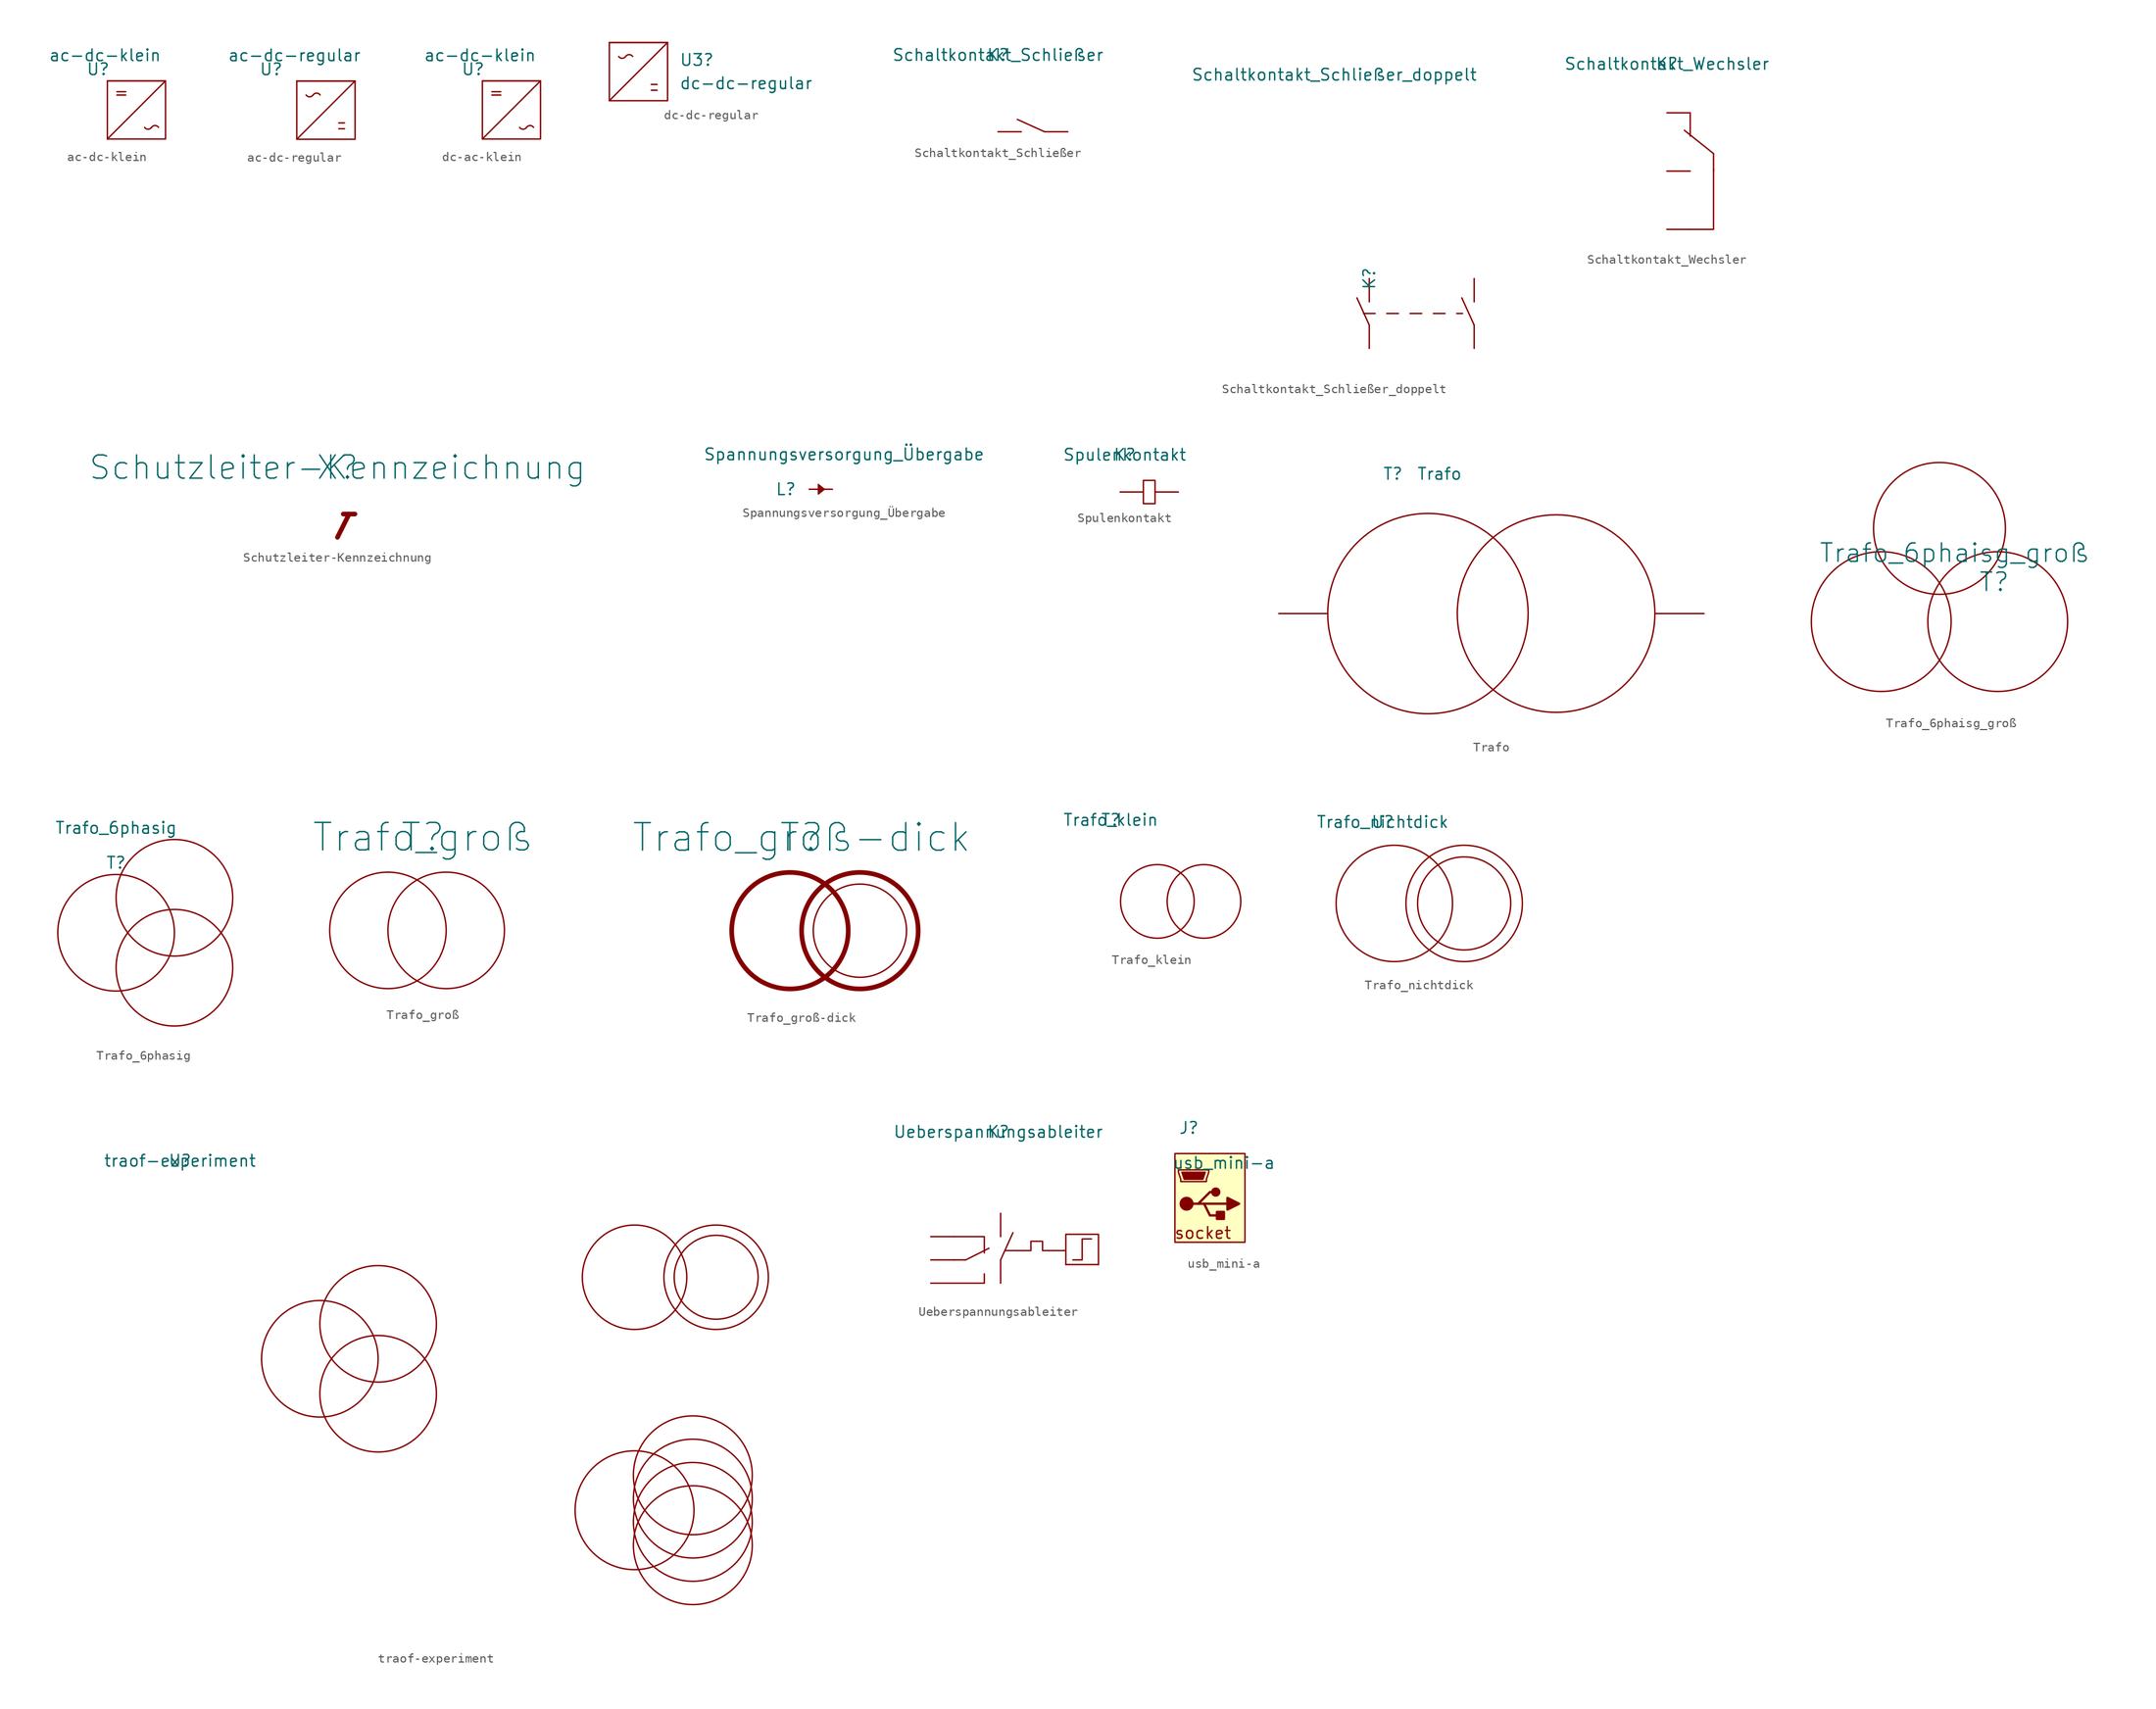
<source format=kicad_sym>
(kicad_symbol_lib
  (version 20231120)
  (generator "kicad_symbol_editor")
  (generator_version "8.0")
  (symbol "ac-dc-klein"
    (pin_names
      (offset 1.016))
    (property "Reference" "U"
      (at -1.016 1.27 0)
      (effects (font (size 1.27 1.27))))
    (property "Value" "ac-dc-klein"
      (at -0.254 2.794 0)
      (effects (font (size 1.27 1.27))))
    (symbol "ac-dc-klein_1_1"
      (polyline (pts (xy 0 -6.35) (xy 6.35 0)) (stroke (width 0) (type solid)) (fill (type none)))
      (rectangle (start 0 0) (end 6.35 0) (stroke (width 0) (type solid)) (fill (type none)))
      (arc (start 4.064 -5.08) (mid 4.445 -5.2839) (end 4.826 -5.08) (stroke (width 0) (type solid)) (fill (type none)))
      (arc (start 5.588 -5.08) (mid 5.207 -4.8761) (end 4.826 -5.08) (stroke (width 0) (type solid)) (fill (type none)))
      (rectangle (start 6.35 0) (end 0 -6.35) (stroke (width 0) (type solid)) (fill (type none)))
      (text "=" (at 1.524 -1.27 0) (effects (font (size 1.27 1.27))))))
  (symbol "ac-dc-regular"
    (pin_names
      (offset 1.016))
    (property "Reference" "U"
      (at -2.794 1.27 0)
      (effects (font (size 1.27 1.27))))
    (property "Value" "ac-dc-regular"
      (at -0.254 2.794 0)
      (effects (font (size 1.27 1.27))))
    (symbol "ac-dc-regular_1_1"
      (polyline (pts (xy 0 -6.35) (xy 6.35 0)) (stroke (width 0) (type solid)) (fill (type none)))
      (polyline (pts (xy 4.572 -5.207) (xy 5.207 -5.207)) (stroke (width 0) (type solid)) (fill (type none)))
      (polyline (pts (xy 4.572 -4.572) (xy 5.207 -4.572)) (stroke (width 0) (type solid)) (fill (type none)))
      (rectangle (start 0 0) (end 6.35 0) (stroke (width 0) (type solid)) (fill (type none)))
      (arc (start 1.016 -1.524) (mid 1.397 -1.7279) (end 1.778 -1.524) (stroke (width 0) (type solid)) (fill (type none)))
      (arc (start 2.54 -1.524) (mid 2.159 -1.3201) (end 1.778 -1.524) (stroke (width 0) (type solid)) (fill (type none)))
      (rectangle (start 6.35 0) (end 0 -6.35) (stroke (width 0) (type solid)) (fill (type none)))))
  (symbol "dc-ac-klein"
    (pin_names
      (offset 1.016))
    (property "Reference" "U"
      (at -1.016 1.27 0)
      (effects (font (size 1.27 1.27))))
    (property "Value" "ac-dc-klein"
      (at -0.254 2.794 0)
      (effects (font (size 1.27 1.27))))
    (symbol "dc-ac-klein_1_1"
      (polyline (pts (xy 0 -6.35) (xy 6.35 0)) (stroke (width 0) (type solid)) (fill (type none)))
      (rectangle (start 0 0) (end 6.35 0) (stroke (width 0) (type solid)) (fill (type none)))
      (arc (start 4.064 -5.08) (mid 4.445 -5.2839) (end 4.826 -5.08) (stroke (width 0) (type solid)) (fill (type none)))
      (arc (start 5.588 -5.08) (mid 5.207 -4.8761) (end 4.826 -5.08) (stroke (width 0) (type solid)) (fill (type none)))
      (rectangle (start 6.35 0) (end 0 -6.35) (stroke (width 0) (type solid)) (fill (type none)))
      (text "=" (at 1.524 -1.27 0) (effects (font (size 1.27 1.27))))))
  (symbol "dc-dc-regular"
    (pin_names
      (offset 1.016))
    (property "Reference" "U3"
      (at 7.62 -1.905 0)
      (effects (font (size 1.27 1.27)) (justify left)))
    (property "Value" "dc-dc-regular"
      (at 7.62 -4.445 0)
      (effects (font (size 1.27 1.27)) (justify left)))
    (symbol "dc-dc-regular_1_1"
      (polyline (pts (xy 0 -6.35) (xy 6.35 0)) (stroke (width 0) (type solid)) (fill (type none)))
      (polyline (pts (xy 4.572 -5.207) (xy 5.207 -5.207)) (stroke (width 0) (type solid)) (fill (type none)))
      (polyline (pts (xy 4.572 -4.572) (xy 5.207 -4.572)) (stroke (width 0) (type solid)) (fill (type none)))
      (rectangle (start 0 0) (end 6.35 0) (stroke (width 0) (type solid)) (fill (type none)))
      (arc (start 1.016 -1.524) (mid 1.397 -1.7279) (end 1.778 -1.524) (stroke (width 0) (type solid)) (fill (type none)))
      (arc (start 2.54 -1.524) (mid 2.159 -1.3201) (end 1.778 -1.524) (stroke (width 0) (type solid)) (fill (type none)))
      (rectangle (start 6.35 0) (end 0 -6.35) (stroke (width 0) (type solid)) (fill (type none)))))
  (symbol "Schaltkontakt_Schließer"
    (pin_names
      (offset 1.016))
    (property "Reference" "K"
      (at 0 8.382 0)
      (effects (font (size 1.27 1.27))))
    (property "Value" "Schaltkontakt_Schließer"
      (at 0 8.382 0)
      (effects (font (size 1.27 1.27))))
    (symbol "Schaltkontakt_Schließer_1_1"
      (polyline (pts (xy 5.08 0) (xy 2.108 1.346)) (stroke (width 0) (type solid)) (fill (type none)))
      (pin input line (at 0 0 0) (length 2.54) (name "~" (effects (font (size 1.27 1.27)))) (number "~" (effects (font (size 1.27 1.27)))))
      (pin input line (at 7.62 0 180) (length 2.54) (name "~" (effects (font (size 1.27 1.27)))) (number "~" (effects (font (size 1.27 1.27)))))))
  (symbol "Schaltkontakt_Schließer_doppelt"
    (pin_names
      (offset 1.016))
    (property "Reference" "K"
      (at 0 0 90)
      (effects (font (size 1.27 1.27))))
    (property "Value" "Schaltkontakt_Schließer_doppelt"
      (at -3.81 22.225 0)
      (effects (font (size 1.27 1.27))))
    (symbol "Schaltkontakt_Schließer_doppelt_0_1"
      (polyline (pts (xy -0.635 -3.81) (xy 0.635 -3.81)) (stroke (width 0) (type solid)) (fill (type none)))
      (polyline (pts (xy 1.905 -3.81) (xy 3.175 -3.81)) (stroke (width 0) (type solid)) (fill (type none)))
      (polyline (pts (xy 10.16 -3.81) (xy 9.525 -3.81)) (stroke (width 0) (type solid)) (fill (type none))))
    (symbol "Schaltkontakt_Schließer_doppelt_1_1"
      (polyline (pts (xy 0 -5.08) (xy -1.346 -2.108)) (stroke (width 0) (type solid)) (fill (type none)))
      (polyline (pts (xy 4.445 -3.81) (xy 5.715 -3.81)) (stroke (width 0) (type solid)) (fill (type none)))
      (polyline (pts (xy 6.985 -3.81) (xy 8.255 -3.81)) (stroke (width 0) (type solid)) (fill (type none)))
      (polyline (pts (xy 11.43 -5.08) (xy 10.084 -2.108)) (stroke (width 0) (type solid)) (fill (type none)))
      (pin input line (at 0 -7.62 90) (length 2.54) (name "~" (effects (font (size 1.27 1.27)))) (number "~" (effects (font (size 1.27 1.27)))))
      (pin input line (at 0 0 270) (length 2.54) (name "~" (effects (font (size 1.27 1.27)))) (number "~" (effects (font (size 1.27 1.27)))))
      (pin input line (at 11.43 -7.62 90) (length 2.54) (name "~" (effects (font (size 1.27 1.27)))) (number "~" (effects (font (size 1.27 1.27)))))
      (pin input line (at 11.43 0 270) (length 2.54) (name "~" (effects (font (size 1.27 1.27)))) (number "~" (effects (font (size 1.27 1.27)))))))
  (symbol "Schaltkontakt_Wechsler"
    (pin_names
      (offset 1.016))
    (property "Reference" "K"
      (at 0 6.604 0)
      (effects (font (size 1.27 1.27))))
    (property "Value" "Schaltkontakt_Wechsler"
      (at 0 6.604 0)
      (effects (font (size 1.27 1.27))))
    (symbol "Schaltkontakt_Wechsler_0_1"
      (polyline (pts (xy 2.54 1.27) (xy 2.54 -1.27)) (stroke (width 0) (type solid)) (fill (type none)))
      (polyline (pts (xy 5.08 -3.81) (xy 5.08 -5.08)) (stroke (width 0) (type solid)) (fill (type none)))
      (polyline (pts (xy 5.08 -3.81) (xy 5.08 -3.175)) (stroke (width 0) (type solid)) (fill (type none)))
      (polyline (pts (xy 5.08 -3.175) (xy 1.905 -0.635)) (stroke (width 0) (type solid)) (fill (type none)))
      (polyline (pts (xy 5.08 -4.826) (xy 5.08 -11.43) (xy 2.54 -11.43)) (stroke (width 0) (type solid)) (fill (type none))))
    (symbol "Schaltkontakt_Wechsler_1_1"
      (pin input line (at 0 -11.43 0) (length 2.54) (name "~" (effects (font (size 1.27 1.27)))) (number "~" (effects (font (size 1.27 1.27)))))
      (pin input line (at 0 -5.08 0) (length 2.54) (name "~" (effects (font (size 1.27 1.27)))) (number "~" (effects (font (size 1.27 1.27)))))
      (pin input line (at 0 1.27 0) (length 2.54) (name "~" (effects (font (size 1.27 1.27)))) (number "~" (effects (font (size 1.27 1.27)))))))
  (symbol "Schutzleiter-Kennzeichnung"
    (pin_names
      (offset 1.016))
    (property "Reference" "X"
      (at 0 7.62 0)
      (effects (font (size 2.54 2.54))))
    (property "Value" "Schutzleiter-Kennzeichnung"
      (at 0 7.62 0)
      (effects (font (size 2.54 2.54))))
    (symbol "Schutzleiter-Kennzeichnung_0_0"
      (polyline (pts (xy 0.635 2.54) (xy 1.905 2.54)) (stroke (width 0.508) (type solid)) (fill (type none))))
    (symbol "Schutzleiter-Kennzeichnung_1_0"
      (polyline (pts (xy 0 0) (xy 1.27 2.54)) (stroke (width 0.508) (type solid)) (fill (type outline)))))
  (symbol "Spannungsversorgung_Übergabe"
    (pin_names
      (offset 1.016))
    (property "Reference" "L"
      (at -5.08 0 0)
      (effects (font (size 1.27 1.27))))
    (property "Value" "Spannungsversorgung_Übergabe"
      (at 1.27 3.81 0)
      (effects (font (size 1.27 1.27))))
    (symbol "Spannungsversorgung_Übergabe_0_1"
      (polyline (pts (xy -1.524 -0.508) (xy -0.889 0)) (stroke (width 0) (type solid)) (fill (type none)))
      (polyline (pts (xy -1.524 0.508) (xy -1.524 -0.508)) (stroke (width 0) (type solid)) (fill (type none)))
      (polyline (pts (xy -1.397 0.381) (xy -1.397 -0.381)) (stroke (width 0) (type solid)) (fill (type none)))
      (polyline (pts (xy -1.27 0.254) (xy -1.27 -0.254)) (stroke (width 0) (type solid)) (fill (type none)))
      (polyline (pts (xy -1.143 0.127) (xy -1.143 -0.127)) (stroke (width 0) (type solid)) (fill (type none)))
      (polyline (pts (xy -0.889 0) (xy -1.524 0.508)) (stroke (width 0) (type solid)) (fill (type none))))
    (symbol "Spannungsversorgung_Übergabe_1_1"
      (pin bidirectional line (at 0 0 180) (length 2.54) (name "~" (effects (font (size 1.27 1.27)))) (number "~" (effects (font (size 1.27 1.27)))))))
  (symbol "Spulenkontakt"
    (pin_names
      (offset 1.016))
    (property "Reference" "K"
      (at 0.508 4.064 0)
      (effects (font (size 1.27 1.27))))
    (property "Value" "Spulenkontakt"
      (at 0.508 4.064 0)
      (effects (font (size 1.27 1.27))))
    (symbol "Spulenkontakt_1_1"
      (rectangle (start 2.54 -1.27) (end 3.81 1.27) (stroke (width 0) (type solid)) (fill (type none)))
      (pin input line (at 0 0 0) (length 2.54) (name "~" (effects (font (size 1.27 1.27)))) (number "~" (effects (font (size 1.27 1.27)))))
      (pin input line (at 6.35 0 180) (length 2.54) (name "~" (effects (font (size 1.27 1.27)))) (number "~" (effects (font (size 1.27 1.27)))))))
  (symbol "Trafo"
    (pin_names
      (offset 1.016))
    (property "Reference" "T"
      (at -3.81 3.81 0)
      (effects (font (size 1.27 1.27))))
    (property "Value" "Trafo"
      (at 1.27 3.81 0)
      (effects (font (size 1.27 1.27))))
    (symbol "Trafo_0_1"
      (circle (center 0 -11.43) (radius 10.922) (stroke (width 0) (type solid)) (fill (type none)))
      (polyline (pts (xy 24.765 -11.43) (xy 30.099 -11.43)) (stroke (width 0) (type solid)) (fill (type none)))
      (circle (center 13.97 -11.43) (radius 10.77) (stroke (width 0) (type solid)) (fill (type none))))
    (symbol "Trafo_1_1"
      (polyline (pts (xy -16.256 -11.43) (xy -10.922 -11.43)) (stroke (width 0) (type solid)) (fill (type none)))))
  (symbol "Trafo_6phaisg_groß"
    (pin_names
      (offset 1.016))
    (property "Reference" "T"
      (at 5.969 -5.842 0)
      (effects (font (size 2.007 2.007))))
    (property "Value" "Trafo_6phaisg_groß"
      (at 1.651 -2.667 0)
      (effects (font (size 2.007 2.007))))
    (symbol "Trafo_6phaisg_groß_0_1"
      (circle (center -6.35 -10.16) (radius 7.62) (stroke (width 0) (type solid)) (fill (type none)))
      (circle (center 0 0) (radius 7.188) (stroke (width 0) (type solid)) (fill (type none)))
      (circle (center 6.35 -10.16) (radius 7.62) (stroke (width 0) (type solid)) (fill (type none)))))
  (symbol "Trafo_6phasig"
    (pin_names
      (offset 1.016))
    (property "Reference" "T"
      (at -3.81 -1.27 0)
      (effects (font (size 1.27 1.27))))
    (property "Value" "Trafo_6phasig"
      (at -3.81 2.54 0)
      (effects (font (size 1.27 1.27))))
    (symbol "Trafo_6phasig_1_0"
      (circle (center -3.81 -8.89) (radius 6.35) (stroke (width 0) (type solid)) (fill (type none)))
      (circle (center 2.54 -12.7) (radius 6.35) (stroke (width 0) (type solid)) (fill (type none)))
      (circle (center 2.54 -5.08) (radius 6.35) (stroke (width 0) (type solid)) (fill (type none)))))
  (symbol "Trafo_groß"
    (pin_names
      (offset 1.016))
    (property "Reference" "T"
      (at 0 0 0)
      (effects (font (size 2.997 2.997))))
    (property "Value" "Trafo_groß"
      (at 0 0 0)
      (effects (font (size 2.997 2.997))))
    (symbol "Trafo_groß_1_0"
      (circle (center -3.81 -10.16) (radius 6.35) (stroke (width 0) (type solid)) (fill (type none)))
      (circle (center 2.54 -10.16) (radius 6.35) (stroke (width 0) (type solid)) (fill (type none)))))
  (symbol "Trafo_groß-dick"
    (pin_names
      (offset 1.016))
    (property "Reference" "T"
      (at 0 0 0)
      (effects (font (size 2.997 2.997))))
    (property "Value" "Trafo_groß-dick"
      (at 0 0 0)
      (effects (font (size 2.997 2.997))))
    (symbol "Trafo_groß-dick_1_0"
      (circle (center -1.27 -10.16) (radius 6.35) (stroke (width 0.508) (type solid)) (fill (type none)))
      (circle (center 6.35 -10.16) (radius 5.08) (stroke (width 0) (type solid)) (fill (type none)))
      (circle (center 6.35 -10.16) (radius 6.35) (stroke (width 0.508) (type solid)) (fill (type none)))))
  (symbol "Trafo_klein"
    (pin_names
      (offset 1.016))
    (property "Reference" "T"
      (at -5.08 5.08 0)
      (effects (font (size 1.27 1.27))))
    (property "Value" "Trafo_klein"
      (at -5.08 5.08 0)
      (effects (font (size 1.27 1.27))))
    (symbol "Trafo_klein_0_0"
      (circle (center 0 -3.81) (radius 4.013) (stroke (width 0) (type solid)) (fill (type none))))
    (symbol "Trafo_klein_1_0"
      (circle (center 5.08 -3.81) (radius 4.013) (stroke (width 0) (type solid)) (fill (type none)))))
  (symbol "Trafo_nichtdick"
    (pin_names
      (offset 1.016))
    (property "Reference" "U"
      (at 0 0 0)
      (effects (font (size 1.27 1.27))))
    (property "Value" "Trafo_nichtdick"
      (at 0 0 0)
      (effects (font (size 1.27 1.27))))
    (symbol "Trafo_nichtdick_1_0"
      (circle (center 1.27 -8.89) (radius 6.35) (stroke (width 0) (type solid)) (fill (type none)))
      (circle (center 8.89 -8.89) (radius 5.08) (stroke (width 0) (type solid)) (fill (type none)))
      (circle (center 8.89 -8.89) (radius 6.35) (stroke (width 0) (type solid)) (fill (type none)))))
  (symbol "traof-experiment"
    (pin_names
      (offset 1.016))
    (property "Reference" "U"
      (at 0 0 0)
      (effects (font (size 1.27 1.27))))
    (property "Value" "traof-experiment"
      (at 0 0 0)
      (effects (font (size 1.27 1.27))))
    (symbol "traof-experiment_1_1"
      (circle (center 15.24 -21.59) (radius 6.35) (stroke (width 0) (type solid)) (fill (type none)))
      (circle (center 21.59 -25.4) (radius 6.35) (stroke (width 0) (type solid)) (fill (type none)))
      (circle (center 21.59 -17.78) (radius 6.35) (stroke (width 0) (type solid)) (fill (type none)))
      (circle (center 49.53 -38.1) (radius 6.477) (stroke (width 0) (type solid)) (fill (type none)))
      (circle (center 49.53 -12.7) (radius 5.69) (stroke (width 0) (type solid)) (fill (type none)))
      (circle (center 55.88 -41.91) (radius 6.477) (stroke (width 0) (type solid)) (fill (type none)))
      (circle (center 55.88 -39.37) (radius 6.477) (stroke (width 0) (type solid)) (fill (type none)))
      (circle (center 55.88 -36.83) (radius 6.477) (stroke (width 0) (type solid)) (fill (type none)))
      (circle (center 55.88 -34.29) (radius 6.477) (stroke (width 0) (type solid)) (fill (type none)))
      (circle (center 58.42 -12.7) (radius 4.572) (stroke (width 0) (type solid)) (fill (type none)))
      (circle (center 58.42 -12.7) (radius 5.69) (stroke (width 0) (type solid)) (fill (type none)))))
  (symbol "Ueberspannungsableiter"
    (pin_names
      (offset 1.016))
    (property "Reference" "K"
      (at -0.254 8.89 0)
      (effects (font (size 1.27 1.27))))
    (property "Value" "Ueberspannungsableiter"
      (at -0.254 8.89 0)
      (effects (font (size 1.27 1.27))))
    (symbol "Ueberspannungsableiter_0_1"
      (polyline (pts (xy -5.08 -5.08) (xy -3.81 -5.08)) (stroke (width 0) (type solid)) (fill (type none)))
      (polyline (pts (xy -1.27 -3.81) (xy -3.81 -5.08)) (stroke (width 0) (type solid)) (fill (type none)))
      (polyline (pts (xy 10.668 -5.588) (xy 7.112 -5.588)) (stroke (width 0) (type solid)) (fill (type none)))
      (polyline (pts (xy -5.08 -7.62) (xy -1.778 -7.62) (xy -1.778 -6.604)) (stroke (width 0) (type solid)) (fill (type none)))
      (polyline (pts (xy -5.08 -2.54) (xy -1.778 -2.54) (xy -1.778 -4.318)) (stroke (width 0) (type solid)) (fill (type none)))
      (polyline (pts (xy 7.112 -5.588) (xy 7.112 -2.286) (xy 10.668 -2.286) (xy 10.668 -5.588)) (stroke (width 0) (type solid)) (fill (type none)))
      (polyline (pts (xy 7.874 -5.08) (xy 8.89 -5.08) (xy 8.89 -2.794) (xy 9.906 -2.794)) (stroke (width 0) (type solid)) (fill (type none)))
      (polyline (pts (xy 0.508 -4.064) (xy 3.302 -4.064) (xy 3.302 -3.048) (xy 4.572 -3.048) (xy 4.572 -4.064) (xy 7.112 -4.064)) (stroke (width 0) (type solid)) (fill (type none))))
    (symbol "Ueberspannungsableiter_1_1"
      (polyline (pts (xy 0 -5.08) (xy 1.346 -2.108)) (stroke (width 0) (type solid)) (fill (type none)))
      (pin input line (at -7.62 -7.62 0) (length 2.54) (name "~" (effects (font (size 1.27 1.27)))) (number "~" (effects (font (size 1.27 1.27)))))
      (pin input line (at -7.62 -5.08 0) (length 2.54) (name "~" (effects (font (size 1.27 1.27)))) (number "~" (effects (font (size 1.27 1.27)))))
      (pin input line (at -7.62 -2.54 0) (length 2.54) (name "~" (effects (font (size 1.27 1.27)))) (number "~" (effects (font (size 1.27 1.27)))))
      (pin input line (at 0 -7.62 90) (length 2.54) (name "~" (effects (font (size 1.27 1.27)))) (number "~" (effects (font (size 1.27 1.27)))))
      (pin input line (at 0 0 270) (length 2.54) (name "~" (effects (font (size 1.27 1.27)))) (number "~" (effects (font (size 1.27 1.27)))))))
  (symbol "usb_mini-a"
    (pin_names
      (offset 1.016))
    (property "Reference" "J"
      (at 1.524 2.794 0)
      (effects (font (size 1.27 1.27))))
    (property "Value" "usb_mini-a"
      (at 5.334 -1.016 0)
      (effects (font (size 1.27 1.27))))
    (symbol "usb_mini-a_0_0"
      (rectangle (start 7.62 0) (end 0 -9.652) (stroke (width 0) (type solid)) (fill (type background)))
      (text "socket" (at 3.048 -8.636 0) (effects (font (size 1.27 1.27)))))
    (symbol "usb_mini-a_1_1"
      (polyline (pts (xy 3.175 -5.461) (xy 5.715 -5.461)) (stroke (width 0.254) (type solid)) (fill (type none)))
      (polyline (pts (xy 1.905 -5.461) (xy 2.54 -5.461) (xy 3.81 -4.191) (xy 4.445 -4.191)) (stroke (width 0.254) (type solid)) (fill (type none)))
      (polyline (pts (xy 2.54 -5.461) (xy 3.175 -5.461) (xy 3.81 -6.731) (xy 5.08 -6.731)) (stroke (width 0.254) (type solid)) (fill (type none)))
      (polyline (pts (xy 5.715 -4.826) (xy 5.715 -6.096) (xy 6.985 -5.461) (xy 5.715 -4.826)) (stroke (width 0.254) (type solid)) (fill (type outline)))
      (polyline (pts (xy 0.762 -2.032) (xy 3.302 -2.032) (xy 3.048 -2.794) (xy 1.016 -2.794) (xy 0.762 -2.032)) (stroke (width 0) (type solid)) (fill (type outline)))
      (polyline (pts (xy 0.381 -1.778) (xy 0.381 -2.032) (xy 0.635 -2.794) (xy 0.635 -3.048) (xy 3.429 -3.048) (xy 3.429 -2.794) (xy 3.683 -2.032) (xy 3.683 -1.778) (xy 0.381 -1.778)) (stroke (width 0) (type solid)) (fill (type none)))
      (circle (center 1.27 -5.461) (radius 0.635) (stroke (width 0.254) (type solid)) (fill (type outline)))
      (circle (center 4.445 -4.191) (radius 0.381) (stroke (width 0.254) (type solid)) (fill (type outline)))
      (rectangle (start 5.334 -6.35) (end 4.572 -7.112) (stroke (width 0.254) (type solid)) (fill (type outline))))))
</source>
